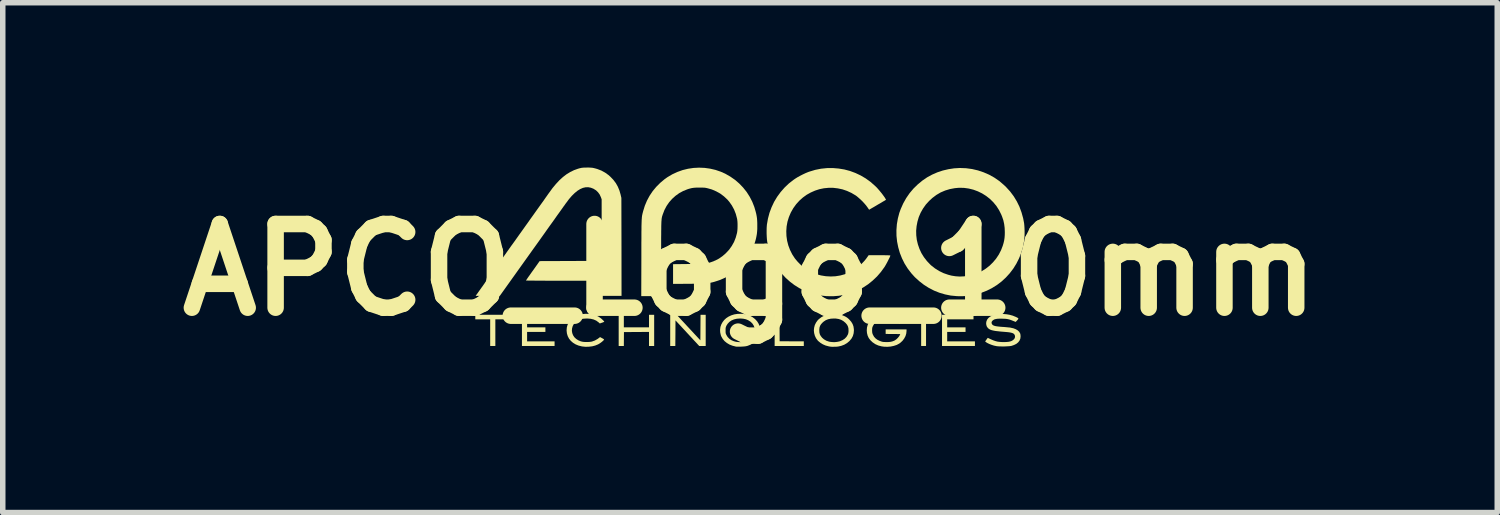
<source format=kicad_pcb>
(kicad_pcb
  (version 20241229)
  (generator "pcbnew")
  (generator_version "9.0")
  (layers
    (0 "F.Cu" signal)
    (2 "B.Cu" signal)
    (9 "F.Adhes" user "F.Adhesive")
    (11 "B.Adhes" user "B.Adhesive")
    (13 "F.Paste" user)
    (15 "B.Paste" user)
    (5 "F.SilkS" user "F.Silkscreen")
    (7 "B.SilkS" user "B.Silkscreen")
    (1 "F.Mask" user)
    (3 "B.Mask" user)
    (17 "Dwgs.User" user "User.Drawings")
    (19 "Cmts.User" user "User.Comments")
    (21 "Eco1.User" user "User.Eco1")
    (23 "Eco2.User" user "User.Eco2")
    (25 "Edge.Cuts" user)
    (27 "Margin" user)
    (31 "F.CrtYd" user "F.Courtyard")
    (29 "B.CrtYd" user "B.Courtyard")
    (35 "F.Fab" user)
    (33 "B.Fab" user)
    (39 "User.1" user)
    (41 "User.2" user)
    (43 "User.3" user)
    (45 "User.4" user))
  (footprint "APCO_Logo_10mm"
    (layer "F.Cu")
    (at 10.603 1.862)
    (property "Reference" "APCO_Logo_10mm" (at 0 0 0) (layer "F.SilkS") (effects (font (size 1.524 1.524) (thickness 0.3))))
    (attr board_only exclude_from_pos_files exclude_from_bom)
    (fp_poly (pts (xy 3.204 1.386) (xy 3.115 1.386) (xy 3.115 0.818) (xy 3.204 0.818)) (stroke (width 0) (type solid)) (fill yes) (layer "F.SilkS"))
    (fp_poly (pts (xy 0.538 1.059) (xy 0.539 1.3) (xy 0.979 1.302) (xy 0.979 1.386) (xy 0.448 1.386) (xy 0.448 0.818) (xy 0.536 0.818)) (stroke (width 0) (type solid)) (fill yes) (layer "F.SilkS"))
    (fp_poly (pts (xy -4.365 0.901) (xy -4.636 0.901) (xy -4.636 1.386) (xy -4.73 1.386) (xy -4.73 0.901) (xy -5.001 0.901) (xy -5.001 0.818) (xy -4.365 0.818)) (stroke (width 0) (type solid)) (fill yes) (layer "F.SilkS"))
    (fp_poly (pts (xy -3.579 0.901) (xy -4.058 0.901) (xy -4.058 1.047) (xy -3.725 1.047) (xy -3.725 1.13) (xy -4.058 1.13) (xy -4.058 1.302) (xy -3.558 1.302) (xy -3.558 1.386) (xy -4.152 1.386) (xy -4.152 0.818) (xy -3.579 0.818)) (stroke (width 0) (type solid)) (fill yes) (layer "F.SilkS"))
    (fp_poly (pts (xy -2.297 1.047) (xy -1.839 1.047) (xy -1.839 0.818) (xy -1.745 0.818) (xy -1.745 1.386) (xy -1.839 1.386) (xy -1.839 1.13) (xy -2.295 1.133) (xy -2.297 1.386) (xy -2.391 1.386) (xy -2.391 0.818) (xy -2.297 0.818)) (stroke (width 0) (type solid)) (fill yes) (layer "F.SilkS"))
    (fp_poly (pts (xy 4.068 0.901) (xy 3.589 0.901) (xy 3.589 1.047) (xy 3.923 1.047) (xy 3.923 1.13) (xy 3.589 1.13) (xy 3.589 1.302) (xy 4.094 1.302) (xy 4.094 1.386) (xy 3.495 1.386) (xy 3.495 0.818) (xy 4.068 0.818)) (stroke (width 0) (type solid)) (fill yes) (layer "F.SilkS"))
    (fp_poly (pts (xy -0.904 1.283) (xy -0.901 0.818) (xy -0.807 0.818) (xy -0.807 1.386) (xy -0.866 1.386) (xy -0.925 1.386) (xy -1.141 1.153) (xy -1.357 0.92) (xy -1.358 1.153) (xy -1.36 1.386) (xy -1.453 1.386) (xy -1.453 0.818) (xy -1.336 0.818)) (stroke (width 0) (type solid)) (fill yes) (layer "F.SilkS"))
    (fp_poly (pts (xy -2.924 0.802) (xy -2.862 0.812) (xy -2.807 0.828) (xy -2.758 0.852) (xy -2.713 0.883) (xy -2.689 0.905) (xy -2.669 0.924) (xy -2.657 0.938) (xy -2.654 0.946) (xy -2.655 0.947) (xy -2.663 0.95) (xy -2.677 0.956) (xy -2.696 0.963) (xy -2.697 0.963) (xy -2.734 0.976) (xy -2.759 0.954) (xy -2.799 0.925) (xy -2.846 0.904) (xy -2.9 0.891) (xy -2.96 0.886) (xy -2.992 0.887) (xy -3.024 0.889) (xy -3.048 0.891) (xy -3.068 0.896) (xy -3.088 0.902) (xy -3.091 0.903) (xy -3.138 0.925) (xy -3.177 0.952) (xy -3.207 0.986) (xy -3.228 1.025) (xy -3.24 1.067) (xy -3.243 1.11) (xy -3.236 1.152) (xy -3.221 1.191) (xy -3.197 1.227) (xy -3.165 1.257) (xy -3.127 1.282) (xy -3.082 1.301) (xy -3.055 1.308) (xy -3.027 1.312) (xy -2.993 1.314) (xy -2.956 1.314) (xy -2.92 1.312) (xy -2.89 1.308) (xy -2.876 1.305) (xy -2.824 1.286) (xy -2.775 1.258) (xy -2.757 1.245) (xy -2.73 1.224) (xy -2.693 1.244) (xy -2.676 1.253) (xy -2.663 1.262) (xy -2.657 1.268) (xy -2.657 1.269) (xy -2.661 1.277) (xy -2.672 1.289) (xy -2.689 1.304) (xy -2.709 1.32) (xy -2.731 1.336) (xy -2.754 1.35) (xy -2.769 1.358) (xy -2.818 1.378) (xy -2.873 1.392) (xy -2.932 1.399) (xy -2.993 1.401) (xy -3.052 1.395) (xy -3.064 1.393) (xy -3.123 1.378) (xy -3.176 1.356) (xy -3.223 1.327) (xy -3.263 1.292) (xy -3.295 1.252) (xy -3.318 1.208) (xy -3.333 1.159) (xy -3.339 1.106) (xy -3.339 1.102) (xy -3.335 1.049) (xy -3.322 1.002) (xy -3.3 0.958) (xy -3.269 0.918) (xy -3.268 0.917) (xy -3.223 0.876) (xy -3.173 0.844) (xy -3.117 0.821) (xy -3.056 0.806) (xy -2.991 0.8)) (stroke (width 0) (type solid)) (fill yes) (layer "F.SilkS"))
    (fp_poly (pts (xy 2.578 0.807) (xy 2.639 0.824) (xy 2.696 0.85) (xy 2.748 0.885) (xy 2.77 0.903) (xy 2.804 0.934) (xy 2.76 0.956) (xy 2.717 0.978) (xy 2.691 0.956) (xy 2.649 0.925) (xy 2.6 0.904) (xy 2.547 0.89) (xy 2.488 0.886) (xy 2.487 0.886) (xy 2.431 0.89) (xy 2.379 0.901) (xy 2.334 0.921) (xy 2.295 0.947) (xy 2.263 0.98) (xy 2.239 1.019) (xy 2.239 1.02) (xy 2.23 1.038) (xy 2.225 1.054) (xy 2.223 1.07) (xy 2.222 1.092) (xy 2.222 1.102) (xy 2.223 1.127) (xy 2.225 1.145) (xy 2.229 1.161) (xy 2.236 1.178) (xy 2.236 1.179) (xy 2.257 1.217) (xy 2.284 1.247) (xy 2.317 1.272) (xy 2.357 1.292) (xy 2.379 1.3) (xy 2.398 1.307) (xy 2.415 1.311) (xy 2.433 1.313) (xy 2.455 1.314) (xy 2.485 1.315) (xy 2.527 1.314) (xy 2.562 1.31) (xy 2.593 1.302) (xy 2.622 1.291) (xy 2.637 1.283) (xy 2.664 1.264) (xy 2.69 1.239) (xy 2.713 1.211) (xy 2.722 1.196) (xy 2.735 1.169) (xy 2.602 1.168) (xy 2.469 1.167) (xy 2.469 1.084) (xy 2.849 1.084) (xy 2.849 1.111) (xy 2.844 1.159) (xy 2.83 1.206) (xy 2.806 1.251) (xy 2.775 1.292) (xy 2.736 1.328) (xy 2.715 1.343) (xy 2.67 1.367) (xy 2.618 1.384) (xy 2.561 1.396) (xy 2.501 1.401) (xy 2.44 1.399) (xy 2.395 1.393) (xy 2.335 1.377) (xy 2.281 1.353) (xy 2.231 1.319) (xy 2.191 1.281) (xy 2.161 1.241) (xy 2.141 1.198) (xy 2.129 1.15) (xy 2.125 1.102) (xy 2.129 1.049) (xy 2.142 1.001) (xy 2.164 0.958) (xy 2.195 0.918) (xy 2.211 0.902) (xy 2.255 0.866) (xy 2.305 0.838) (xy 2.359 0.818) (xy 2.421 0.805) (xy 2.443 0.802) (xy 2.512 0.8)) (stroke (width 0) (type solid)) (fill yes) (layer "F.SilkS"))
    (fp_poly (pts (xy -0.132 0.802) (xy -0.087 0.808) (xy -0.049 0.817) (xy -0.014 0.829) (xy 0.019 0.846) (xy 0.047 0.862) (xy 0.092 0.897) (xy 0.129 0.937) (xy 0.157 0.982) (xy 0.174 1.026) (xy 0.179 1.053) (xy 0.182 1.087) (xy 0.181 1.122) (xy 0.178 1.155) (xy 0.174 1.174) (xy 0.157 1.22) (xy 0.131 1.263) (xy 0.097 1.301) (xy 0.056 1.335) (xy 0.009 1.362) (xy -0.043 1.383) (xy -0.063 1.388) (xy -0.083 1.392) (xy -0.112 1.395) (xy -0.144 1.397) (xy -0.178 1.399) (xy -0.21 1.399) (xy -0.238 1.399) (xy -0.259 1.397) (xy -0.261 1.396) (xy -0.32 1.381) (xy -0.374 1.36) (xy -0.422 1.331) (xy -0.463 1.298) (xy -0.496 1.259) (xy -0.521 1.216) (xy -0.531 1.192) (xy -0.543 1.139) (xy -0.545 1.102) (xy -0.445 1.102) (xy -0.445 1.127) (xy -0.444 1.146) (xy -0.441 1.161) (xy -0.435 1.175) (xy -0.43 1.186) (xy -0.408 1.222) (xy -0.377 1.254) (xy -0.34 1.28) (xy -0.296 1.299) (xy -0.254 1.31) (xy -0.223 1.314) (xy -0.187 1.316) (xy -0.148 1.314) (xy -0.113 1.311) (xy -0.084 1.305) (xy -0.041 1.29) (xy -0.002 1.268) (xy 0.031 1.24) (xy 0.057 1.209) (xy 0.067 1.19) (xy 0.082 1.147) (xy 0.087 1.103) (xy 0.083 1.06) (xy 0.069 1.019) (xy 0.046 0.981) (xy 0.014 0.948) (xy 0.004 0.941) (xy -0.034 0.917) (xy -0.075 0.9) (xy -0.121 0.89) (xy -0.174 0.886) (xy -0.184 0.886) (xy -0.24 0.89) (xy -0.291 0.902) (xy -0.337 0.921) (xy -0.376 0.948) (xy -0.407 0.981) (xy -0.429 1.015) (xy -0.436 1.032) (xy -0.441 1.046) (xy -0.444 1.06) (xy -0.445 1.079) (xy -0.445 1.102) (xy -0.545 1.102) (xy -0.545 1.088) (xy -0.539 1.04) (xy -0.523 0.994) (xy -0.5 0.952) (xy -0.47 0.913) (xy -0.433 0.879) (xy -0.39 0.851) (xy -0.341 0.828) (xy -0.287 0.811) (xy -0.229 0.802) (xy -0.168 0.8)) (stroke (width 0) (type solid)) (fill yes) (layer "F.SilkS"))
    (fp_poly (pts (xy 1.606 0.806) (xy 1.667 0.821) (xy 1.718 0.842) (xy 1.745 0.856) (xy 1.767 0.87) (xy 1.788 0.887) (xy 1.807 0.905) (xy 1.842 0.945) (xy 1.867 0.986) (xy 1.883 1.03) (xy 1.89 1.079) (xy 1.891 1.104) (xy 1.886 1.156) (xy 1.872 1.205) (xy 1.848 1.25) (xy 1.814 1.291) (xy 1.811 1.295) (xy 1.766 1.333) (xy 1.715 1.363) (xy 1.659 1.384) (xy 1.604 1.396) (xy 1.585 1.398) (xy 1.56 1.4) (xy 1.532 1.4) (xy 1.505 1.401) (xy 1.481 1.4) (xy 1.464 1.398) (xy 1.461 1.398) (xy 1.45 1.396) (xy 1.434 1.393) (xy 1.422 1.39) (xy 1.374 1.377) (xy 1.326 1.356) (xy 1.282 1.329) (xy 1.244 1.298) (xy 1.231 1.285) (xy 1.201 1.244) (xy 1.18 1.199) (xy 1.167 1.151) (xy 1.162 1.102) (xy 1.162 1.102) (xy 1.261 1.102) (xy 1.263 1.141) (xy 1.271 1.174) (xy 1.287 1.204) (xy 1.31 1.233) (xy 1.311 1.235) (xy 1.346 1.265) (xy 1.389 1.29) (xy 1.436 1.306) (xy 1.454 1.31) (xy 1.497 1.315) (xy 1.543 1.316) (xy 1.589 1.311) (xy 1.631 1.302) (xy 1.639 1.299) (xy 1.685 1.279) (xy 1.724 1.253) (xy 1.756 1.22) (xy 1.779 1.181) (xy 1.785 1.167) (xy 1.79 1.146) (xy 1.793 1.119) (xy 1.793 1.102) (xy 1.791 1.063) (xy 1.782 1.03) (xy 1.767 1) (xy 1.743 0.971) (xy 1.735 0.963) (xy 1.699 0.933) (xy 1.659 0.91) (xy 1.615 0.895) (xy 1.565 0.887) (xy 1.526 0.886) (xy 1.471 0.889) (xy 1.423 0.899) (xy 1.38 0.916) (xy 1.342 0.941) (xy 1.317 0.963) (xy 1.292 0.991) (xy 1.275 1.019) (xy 1.265 1.049) (xy 1.261 1.083) (xy 1.261 1.102) (xy 1.162 1.102) (xy 1.167 1.053) (xy 1.179 1.006) (xy 1.201 0.961) (xy 1.23 0.92) (xy 1.253 0.897) (xy 1.3 0.861) (xy 1.352 0.834) (xy 1.408 0.815) (xy 1.471 0.803) (xy 1.476 0.803) (xy 1.542 0.799)) (stroke (width 0) (type solid)) (fill yes) (layer "F.SilkS"))
    (fp_poly (pts (xy -2.93 -1.862) (xy -2.898 -1.86) (xy -2.871 -1.858) (xy -2.845 -1.853) (xy -2.817 -1.846) (xy -2.785 -1.837) (xy -2.779 -1.835) (xy -2.706 -1.807) (xy -2.637 -1.769) (xy -2.573 -1.723) (xy -2.539 -1.692) (xy -2.486 -1.636) (xy -2.441 -1.576) (xy -2.406 -1.513) (xy -2.377 -1.443) (xy -2.355 -1.367) (xy -2.354 -1.361) (xy -2.342 -1.31) (xy -2.34 -0.418) (xy -2.339 0.474) (xy -2.698 0.474) (xy -2.698 0.198) (xy -3.389 0.198) (xy -3.472 0.198) (xy -3.553 0.198) (xy -3.631 0.198) (xy -3.704 0.198) (xy -3.773 0.197) (xy -3.836 0.197) (xy -3.893 0.197) (xy -3.944 0.196) (xy -3.987 0.196) (xy -4.023 0.196) (xy -4.051 0.195) (xy -4.069 0.195) (xy -4.078 0.194) (xy -4.079 0.194) (xy -4.076 0.189) (xy -4.067 0.177) (xy -4.054 0.157) (xy -4.037 0.132) (xy -4.016 0.103) (xy -3.992 0.069) (xy -3.966 0.032) (xy -3.954 0.016) (xy -3.83 -0.159) (xy -3.266 -0.161) (xy -2.701 -0.164) (xy -2.701 -1.284) (xy -2.714 -1.321) (xy -2.737 -1.371) (xy -2.767 -1.412) (xy -2.803 -1.447) (xy -2.848 -1.475) (xy -2.851 -1.477) (xy -2.898 -1.495) (xy -2.945 -1.504) (xy -2.993 -1.503) (xy -3.042 -1.492) (xy -3.092 -1.47) (xy -3.142 -1.439) (xy -3.193 -1.397) (xy -3.245 -1.346) (xy -3.298 -1.284) (xy -3.352 -1.211) (xy -3.355 -1.208) (xy -3.362 -1.198) (xy -3.374 -1.18) (xy -3.393 -1.155) (xy -3.416 -1.122) (xy -3.444 -1.083) (xy -3.476 -1.038) (xy -3.513 -0.987) (xy -3.553 -0.93) (xy -3.597 -0.868) (xy -3.644 -0.803) (xy -3.694 -0.733) (xy -3.746 -0.659) (xy -3.801 -0.582) (xy -3.857 -0.503) (xy -3.916 -0.421) (xy -3.974 -0.34) (xy -4.555 0.474) (xy -4.995 0.474) (xy -4.853 0.275) (xy -4.834 0.248) (xy -4.81 0.213) (xy -4.78 0.172) (xy -4.745 0.123) (xy -4.706 0.069) (xy -4.664 0.009) (xy -4.618 -0.056) (xy -4.568 -0.125) (xy -4.517 -0.197) (xy -4.463 -0.272) (xy -4.408 -0.35) (xy -4.352 -0.429) (xy -4.294 -0.509) (xy -4.237 -0.589) (xy -4.206 -0.633) (xy -4.15 -0.711) (xy -4.096 -0.787) (xy -4.043 -0.861) (xy -3.993 -0.932) (xy -3.944 -1) (xy -3.898 -1.065) (xy -3.855 -1.125) (xy -3.815 -1.181) (xy -3.779 -1.231) (xy -3.747 -1.276) (xy -3.72 -1.315) (xy -3.697 -1.347) (xy -3.679 -1.373) (xy -3.667 -1.39) (xy -3.66 -1.399) (xy -3.597 -1.486) (xy -3.533 -1.563) (xy -3.47 -1.631) (xy -3.406 -1.689) (xy -3.341 -1.739) (xy -3.274 -1.78) (xy -3.205 -1.814) (xy -3.133 -1.84) (xy -3.105 -1.848) (xy -3.084 -1.853) (xy -3.065 -1.857) (xy -3.046 -1.859) (xy -3.023 -1.861) (xy -2.994 -1.861) (xy -2.969 -1.862)) (stroke (width 0) (type solid)) (fill yes) (layer "F.SilkS"))
    (fp_poly (pts (xy 4.616 0.804) (xy 4.672 0.809) (xy 4.728 0.819) (xy 4.782 0.834) (xy 4.831 0.854) (xy 4.832 0.854) (xy 4.857 0.866) (xy 4.874 0.875) (xy 4.883 0.883) (xy 4.885 0.89) (xy 4.88 0.899) (xy 4.87 0.911) (xy 4.864 0.918) (xy 4.836 0.948) (xy 4.791 0.93) (xy 4.753 0.915) (xy 4.721 0.904) (xy 4.69 0.897) (xy 4.658 0.892) (xy 4.623 0.89) (xy 4.58 0.889) (xy 4.579 0.889) (xy 4.535 0.889) (xy 4.5 0.891) (xy 4.472 0.896) (xy 4.449 0.902) (xy 4.431 0.912) (xy 4.415 0.924) (xy 4.414 0.925) (xy 4.4 0.944) (xy 4.396 0.964) (xy 4.402 0.984) (xy 4.407 0.992) (xy 4.416 1.002) (xy 4.427 1.01) (xy 4.441 1.016) (xy 4.459 1.022) (xy 4.483 1.027) (xy 4.513 1.031) (xy 4.55 1.035) (xy 4.597 1.039) (xy 4.606 1.039) (xy 4.641 1.042) (xy 4.674 1.045) (xy 4.703 1.048) (xy 4.727 1.05) (xy 4.742 1.052) (xy 4.743 1.053) (xy 4.794 1.064) (xy 4.838 1.081) (xy 4.873 1.102) (xy 4.899 1.127) (xy 4.916 1.155) (xy 4.918 1.16) (xy 4.922 1.176) (xy 4.924 1.197) (xy 4.925 1.214) (xy 4.92 1.254) (xy 4.905 1.289) (xy 4.881 1.32) (xy 4.848 1.347) (xy 4.806 1.368) (xy 4.763 1.383) (xy 4.743 1.387) (xy 4.716 1.39) (xy 4.682 1.392) (xy 4.644 1.394) (xy 4.606 1.395) (xy 4.567 1.394) (xy 4.532 1.393) (xy 4.502 1.391) (xy 4.483 1.388) (xy 4.441 1.379) (xy 4.399 1.366) (xy 4.36 1.351) (xy 4.326 1.335) (xy 4.299 1.319) (xy 4.293 1.314) (xy 4.28 1.304) (xy 4.294 1.283) (xy 4.305 1.268) (xy 4.315 1.254) (xy 4.318 1.25) (xy 4.328 1.238) (xy 4.379 1.262) (xy 4.425 1.282) (xy 4.467 1.297) (xy 4.506 1.307) (xy 4.548 1.312) (xy 4.595 1.315) (xy 4.615 1.315) (xy 4.661 1.314) (xy 4.699 1.311) (xy 4.731 1.305) (xy 4.758 1.296) (xy 4.775 1.287) (xy 4.799 1.269) (xy 4.816 1.248) (xy 4.824 1.223) (xy 4.822 1.198) (xy 4.816 1.183) (xy 4.808 1.171) (xy 4.797 1.161) (xy 4.782 1.153) (xy 4.761 1.146) (xy 4.734 1.14) (xy 4.699 1.135) (xy 4.656 1.131) (xy 4.619 1.128) (xy 4.558 1.123) (xy 4.506 1.117) (xy 4.463 1.112) (xy 4.427 1.105) (xy 4.398 1.098) (xy 4.374 1.089) (xy 4.355 1.079) (xy 4.339 1.067) (xy 4.331 1.06) (xy 4.311 1.033) (xy 4.301 1.002) (xy 4.298 0.969) (xy 4.304 0.935) (xy 4.318 0.903) (xy 4.341 0.875) (xy 4.343 0.873) (xy 4.373 0.85) (xy 4.412 0.831) (xy 4.457 0.817) (xy 4.507 0.808) (xy 4.56 0.804)) (stroke (width 0) (type solid)) (fill yes) (layer "F.SilkS"))
    (fp_poly (pts (xy 3.923 -1.85) (xy 3.93 -1.85) (xy 4.042 -1.835) (xy 4.149 -1.81) (xy 4.253 -1.775) (xy 4.352 -1.732) (xy 4.447 -1.679) (xy 4.537 -1.617) (xy 4.621 -1.545) (xy 4.66 -1.508) (xy 4.734 -1.427) (xy 4.8 -1.339) (xy 4.856 -1.247) (xy 4.904 -1.149) (xy 4.942 -1.046) (xy 4.972 -0.938) (xy 4.989 -0.849) (xy 4.993 -0.809) (xy 4.996 -0.761) (xy 4.998 -0.709) (xy 4.998 -0.656) (xy 4.996 -0.604) (xy 4.993 -0.557) (xy 4.988 -0.521) (xy 4.967 -0.412) (xy 4.936 -0.307) (xy 4.896 -0.207) (xy 4.848 -0.112) (xy 4.792 -0.022) (xy 4.728 0.062) (xy 4.657 0.14) (xy 4.58 0.211) (xy 4.496 0.275) (xy 4.406 0.331) (xy 4.311 0.379) (xy 4.211 0.418) (xy 4.106 0.449) (xy 4.064 0.458) (xy 3.98 0.472) (xy 3.893 0.479) (xy 3.802 0.48) (xy 3.758 0.478) (xy 3.653 0.468) (xy 3.55 0.447) (xy 3.448 0.417) (xy 3.35 0.378) (xy 3.255 0.329) (xy 3.165 0.272) (xy 3.08 0.206) (xy 3 0.133) (xy 2.935 0.061) (xy 2.87 -0.024) (xy 2.813 -0.115) (xy 2.766 -0.21) (xy 2.727 -0.308) (xy 2.698 -0.41) (xy 2.677 -0.514) (xy 2.666 -0.619) (xy 2.665 -0.712) (xy 3.024 -0.712) (xy 3.026 -0.628) (xy 3.036 -0.545) (xy 3.056 -0.462) (xy 3.084 -0.382) (xy 3.12 -0.304) (xy 3.166 -0.23) (xy 3.22 -0.16) (xy 3.283 -0.094) (xy 3.298 -0.08) (xy 3.367 -0.026) (xy 3.442 0.021) (xy 3.522 0.06) (xy 3.606 0.089) (xy 3.666 0.105) (xy 3.741 0.117) (xy 3.815 0.122) (xy 3.89 0.119) (xy 3.969 0.109) (xy 4.056 0.09) (xy 4.139 0.061) (xy 4.218 0.024) (xy 4.292 -0.022) (xy 4.361 -0.076) (xy 4.423 -0.137) (xy 4.48 -0.205) (xy 4.529 -0.279) (xy 4.57 -0.359) (xy 4.6 -0.437) (xy 4.615 -0.487) (xy 4.626 -0.534) (xy 4.633 -0.581) (xy 4.637 -0.632) (xy 4.638 -0.688) (xy 4.635 -0.764) (xy 4.626 -0.835) (xy 4.611 -0.903) (xy 4.588 -0.97) (xy 4.573 -1.007) (xy 4.533 -1.087) (xy 4.485 -1.162) (xy 4.429 -1.23) (xy 4.367 -1.291) (xy 4.298 -1.345) (xy 4.225 -1.391) (xy 4.147 -1.429) (xy 4.066 -1.459) (xy 3.981 -1.48) (xy 3.895 -1.492) (xy 3.806 -1.494) (xy 3.729 -1.487) (xy 3.638 -1.47) (xy 3.552 -1.444) (xy 3.47 -1.409) (xy 3.393 -1.364) (xy 3.32 -1.309) (xy 3.261 -1.255) (xy 3.2 -1.188) (xy 3.149 -1.116) (xy 3.106 -1.04) (xy 3.072 -0.961) (xy 3.048 -0.879) (xy 3.032 -0.796) (xy 3.024 -0.712) (xy 2.665 -0.712) (xy 2.665 -0.724) (xy 2.673 -0.83) (xy 2.691 -0.935) (xy 2.718 -1.038) (xy 2.744 -1.109) (xy 2.789 -1.21) (xy 2.843 -1.306) (xy 2.905 -1.396) (xy 2.976 -1.48) (xy 3.054 -1.556) (xy 3.139 -1.626) (xy 3.224 -1.684) (xy 3.314 -1.733) (xy 3.41 -1.775) (xy 3.509 -1.808) (xy 3.612 -1.832) (xy 3.716 -1.848) (xy 3.82 -1.854)) (stroke (width 0) (type solid)) (fill yes) (layer "F.SilkS"))
    (fp_poly (pts (xy 1.613 -1.844) (xy 1.717 -1.827) (xy 1.819 -1.8) (xy 1.919 -1.763) (xy 2.014 -1.718) (xy 2.106 -1.664) (xy 2.193 -1.601) (xy 2.275 -1.529) (xy 2.31 -1.495) (xy 2.33 -1.472) (xy 2.352 -1.447) (xy 2.375 -1.419) (xy 2.398 -1.391) (xy 2.419 -1.363) (xy 2.438 -1.337) (xy 2.454 -1.314) (xy 2.465 -1.295) (xy 2.473 -1.281) (xy 2.474 -1.274) (xy 2.474 -1.274) (xy 2.469 -1.271) (xy 2.456 -1.263) (xy 2.437 -1.252) (xy 2.411 -1.237) (xy 2.382 -1.219) (xy 2.349 -1.2) (xy 2.336 -1.193) (xy 2.301 -1.172) (xy 2.269 -1.153) (xy 2.24 -1.136) (xy 2.215 -1.122) (xy 2.197 -1.111) (xy 2.186 -1.105) (xy 2.184 -1.104) (xy 2.168 -1.094) (xy 2.135 -1.142) (xy 2.112 -1.173) (xy 2.082 -1.208) (xy 2.049 -1.244) (xy 2.013 -1.279) (xy 1.977 -1.311) (xy 1.944 -1.339) (xy 1.925 -1.353) (xy 1.846 -1.4) (xy 1.765 -1.437) (xy 1.683 -1.465) (xy 1.598 -1.483) (xy 1.514 -1.493) (xy 1.429 -1.493) (xy 1.345 -1.485) (xy 1.263 -1.468) (xy 1.183 -1.442) (xy 1.106 -1.408) (xy 1.032 -1.367) (xy 0.963 -1.317) (xy 0.899 -1.26) (xy 0.84 -1.195) (xy 0.788 -1.123) (xy 0.743 -1.044) (xy 0.708 -0.962) (xy 0.682 -0.878) (xy 0.666 -0.791) (xy 0.66 -0.704) (xy 0.663 -0.616) (xy 0.675 -0.53) (xy 0.697 -0.444) (xy 0.728 -0.362) (xy 0.768 -0.282) (xy 0.817 -0.207) (xy 0.822 -0.201) (xy 0.862 -0.153) (xy 0.909 -0.104) (xy 0.961 -0.059) (xy 1.015 -0.018) (xy 1.05 0.005) (xy 1.126 0.046) (xy 1.207 0.079) (xy 1.292 0.102) (xy 1.379 0.116) (xy 1.467 0.121) (xy 1.555 0.117) (xy 1.642 0.103) (xy 1.726 0.08) (xy 1.734 0.077) (xy 1.779 0.059) (xy 1.827 0.037) (xy 1.875 0.011) (xy 1.919 -0.016) (xy 1.936 -0.028) (xy 1.971 -0.055) (xy 2.008 -0.088) (xy 2.046 -0.125) (xy 2.082 -0.163) (xy 2.112 -0.2) (xy 2.125 -0.218) (xy 2.159 -0.266) (xy 2.358 -0.266) (xy 2.409 -0.266) (xy 2.45 -0.266) (xy 2.483 -0.265) (xy 2.508 -0.265) (xy 2.527 -0.264) (xy 2.54 -0.264) (xy 2.548 -0.262) (xy 2.553 -0.261) (xy 2.555 -0.259) (xy 2.554 -0.257) (xy 2.554 -0.257) (xy 2.548 -0.241) (xy 2.538 -0.218) (xy 2.524 -0.191) (xy 2.509 -0.161) (xy 2.493 -0.13) (xy 2.477 -0.101) (xy 2.462 -0.075) (xy 2.45 -0.055) (xy 2.448 -0.052) (xy 2.383 0.038) (xy 2.312 0.12) (xy 2.233 0.195) (xy 2.149 0.263) (xy 2.059 0.322) (xy 1.965 0.372) (xy 1.866 0.413) (xy 1.764 0.445) (xy 1.719 0.455) (xy 1.619 0.472) (xy 1.516 0.48) (xy 1.408 0.479) (xy 1.396 0.479) (xy 1.289 0.468) (xy 1.186 0.447) (xy 1.085 0.417) (xy 0.988 0.379) (xy 0.896 0.332) (xy 0.808 0.277) (xy 0.726 0.215) (xy 0.649 0.146) (xy 0.579 0.07) (xy 0.515 -0.012) (xy 0.459 -0.099) (xy 0.41 -0.192) (xy 0.37 -0.289) (xy 0.338 -0.391) (xy 0.316 -0.496) (xy 0.312 -0.517) (xy 0.307 -0.56) (xy 0.304 -0.61) (xy 0.302 -0.663) (xy 0.302 -0.716) (xy 0.303 -0.766) (xy 0.306 -0.809) (xy 0.307 -0.821) (xy 0.326 -0.931) (xy 0.354 -1.037) (xy 0.392 -1.139) (xy 0.438 -1.237) (xy 0.494 -1.33) (xy 0.558 -1.417) (xy 0.63 -1.499) (xy 0.709 -1.574) (xy 0.797 -1.642) (xy 0.828 -1.663) (xy 0.868 -1.688) (xy 0.914 -1.713) (xy 0.963 -1.738) (xy 1.012 -1.761) (xy 1.058 -1.78) (xy 1.081 -1.788) (xy 1.187 -1.82) (xy 1.293 -1.841) (xy 1.4 -1.852) (xy 1.507 -1.853)) (stroke (width 0) (type solid)) (fill yes) (layer "F.SilkS"))
    (fp_poly (pts (xy -0.827 -1.856) (xy -0.727 -1.842) (xy -0.628 -1.819) (xy -0.532 -1.786) (xy -0.451 -1.75) (xy -0.36 -1.698) (xy -0.275 -1.639) (xy -0.197 -1.572) (xy -0.126 -1.498) (xy -0.062 -1.418) (xy -0.007 -1.332) (xy 0.04 -1.241) (xy 0.078 -1.145) (xy 0.101 -1.066) (xy 0.113 -1.019) (xy 0.121 -0.977) (xy 0.127 -0.937) (xy 0.13 -0.895) (xy 0.132 -0.848) (xy 0.132 -0.797) (xy 0.132 -0.744) (xy 0.129 -0.699) (xy 0.125 -0.657) (xy 0.118 -0.616) (xy 0.109 -0.572) (xy 0.101 -0.54) (xy 0.072 -0.444) (xy 0.033 -0.351) (xy -0.015 -0.263) (xy -0.071 -0.179) (xy -0.134 -0.101) (xy -0.204 -0.029) (xy -0.281 0.036) (xy -0.364 0.093) (xy -0.451 0.142) (xy -0.543 0.183) (xy -0.593 0.2) (xy -0.625 0.21) (xy -0.653 0.219) (xy -0.68 0.226) (xy -0.706 0.232) (xy -0.732 0.237) (xy -0.76 0.241) (xy -0.791 0.245) (xy -0.825 0.247) (xy -0.863 0.249) (xy -0.908 0.251) (xy -0.959 0.252) (xy -1.018 0.253) (xy -1.086 0.254) (xy -1.113 0.254) (xy -1.401 0.256) (xy -1.401 -0.103) (xy -1.121 -0.106) (xy -1.055 -0.106) (xy -0.999 -0.107) (xy -0.951 -0.108) (xy -0.91 -0.109) (xy -0.876 -0.11) (xy -0.847 -0.112) (xy -0.822 -0.114) (xy -0.8 -0.116) (xy -0.781 -0.12) (xy -0.763 -0.124) (xy -0.745 -0.129) (xy -0.726 -0.135) (xy -0.706 -0.141) (xy -0.632 -0.17) (xy -0.565 -0.205) (xy -0.502 -0.249) (xy -0.442 -0.301) (xy -0.44 -0.303) (xy -0.381 -0.366) (xy -0.332 -0.435) (xy -0.291 -0.508) (xy -0.26 -0.587) (xy -0.237 -0.671) (xy -0.236 -0.676) (xy -0.231 -0.71) (xy -0.228 -0.749) (xy -0.227 -0.793) (xy -0.227 -0.837) (xy -0.229 -0.879) (xy -0.233 -0.915) (xy -0.236 -0.932) (xy -0.259 -1.018) (xy -0.29 -1.097) (xy -0.33 -1.171) (xy -0.377 -1.238) (xy -0.412 -1.279) (xy -0.474 -1.337) (xy -0.542 -1.388) (xy -0.616 -1.429) (xy -0.695 -1.463) (xy -0.765 -1.483) (xy -0.786 -1.488) (xy -0.805 -1.492) (xy -0.823 -1.495) (xy -0.843 -1.496) (xy -0.869 -1.497) (xy -0.901 -1.497) (xy -0.917 -1.497) (xy -0.961 -1.497) (xy -0.997 -1.496) (xy -1.028 -1.493) (xy -1.057 -1.489) (xy -1.086 -1.482) (xy -1.119 -1.473) (xy -1.14 -1.466) (xy -1.217 -1.435) (xy -1.289 -1.396) (xy -1.356 -1.348) (xy -1.417 -1.293) (xy -1.472 -1.231) (xy -1.519 -1.163) (xy -1.558 -1.089) (xy -1.585 -1.018) (xy -1.59 -1.005) (xy -1.594 -0.993) (xy -1.597 -0.982) (xy -1.601 -0.972) (xy -1.603 -0.96) (xy -1.606 -0.948) (xy -1.608 -0.935) (xy -1.61 -0.919) (xy -1.611 -0.9) (xy -1.613 -0.879) (xy -1.614 -0.853) (xy -1.615 -0.823) (xy -1.616 -0.788) (xy -1.616 -0.748) (xy -1.617 -0.701) (xy -1.617 -0.648) (xy -1.618 -0.587) (xy -1.618 -0.519) (xy -1.618 -0.442) (xy -1.618 -0.356) (xy -1.618 -0.26) (xy -1.619 -0.21) (xy -1.62 0.479) (xy -1.98 0.479) (xy -1.978 -0.22) (xy -1.978 -0.321) (xy -1.978 -0.412) (xy -1.978 -0.495) (xy -1.977 -0.568) (xy -1.977 -0.633) (xy -1.977 -0.691) (xy -1.976 -0.742) (xy -1.976 -0.787) (xy -1.975 -0.825) (xy -1.974 -0.859) (xy -1.973 -0.888) (xy -1.972 -0.914) (xy -1.97 -0.935) (xy -1.969 -0.955) (xy -1.967 -0.971) (xy -1.965 -0.987) (xy -1.962 -1.001) (xy -1.959 -1.015) (xy -1.956 -1.028) (xy -1.952 -1.043) (xy -1.948 -1.059) (xy -1.945 -1.07) (xy -1.915 -1.167) (xy -1.876 -1.26) (xy -1.828 -1.349) (xy -1.771 -1.434) (xy -1.706 -1.512) (xy -1.633 -1.585) (xy -1.554 -1.651) (xy -1.503 -1.687) (xy -1.415 -1.739) (xy -1.322 -1.782) (xy -1.227 -1.816) (xy -1.129 -1.84) (xy -1.029 -1.855) (xy -0.928 -1.86)) (stroke (width 0) (type solid)) (fill yes) (layer "F.SilkS")))
  (gr_rect
    (start -3 -3)
    (end 24.205 6.28)
    (stroke (width 0.1) (type default))
    (fill no)
    (layer "Edge.Cuts")))
</source>
